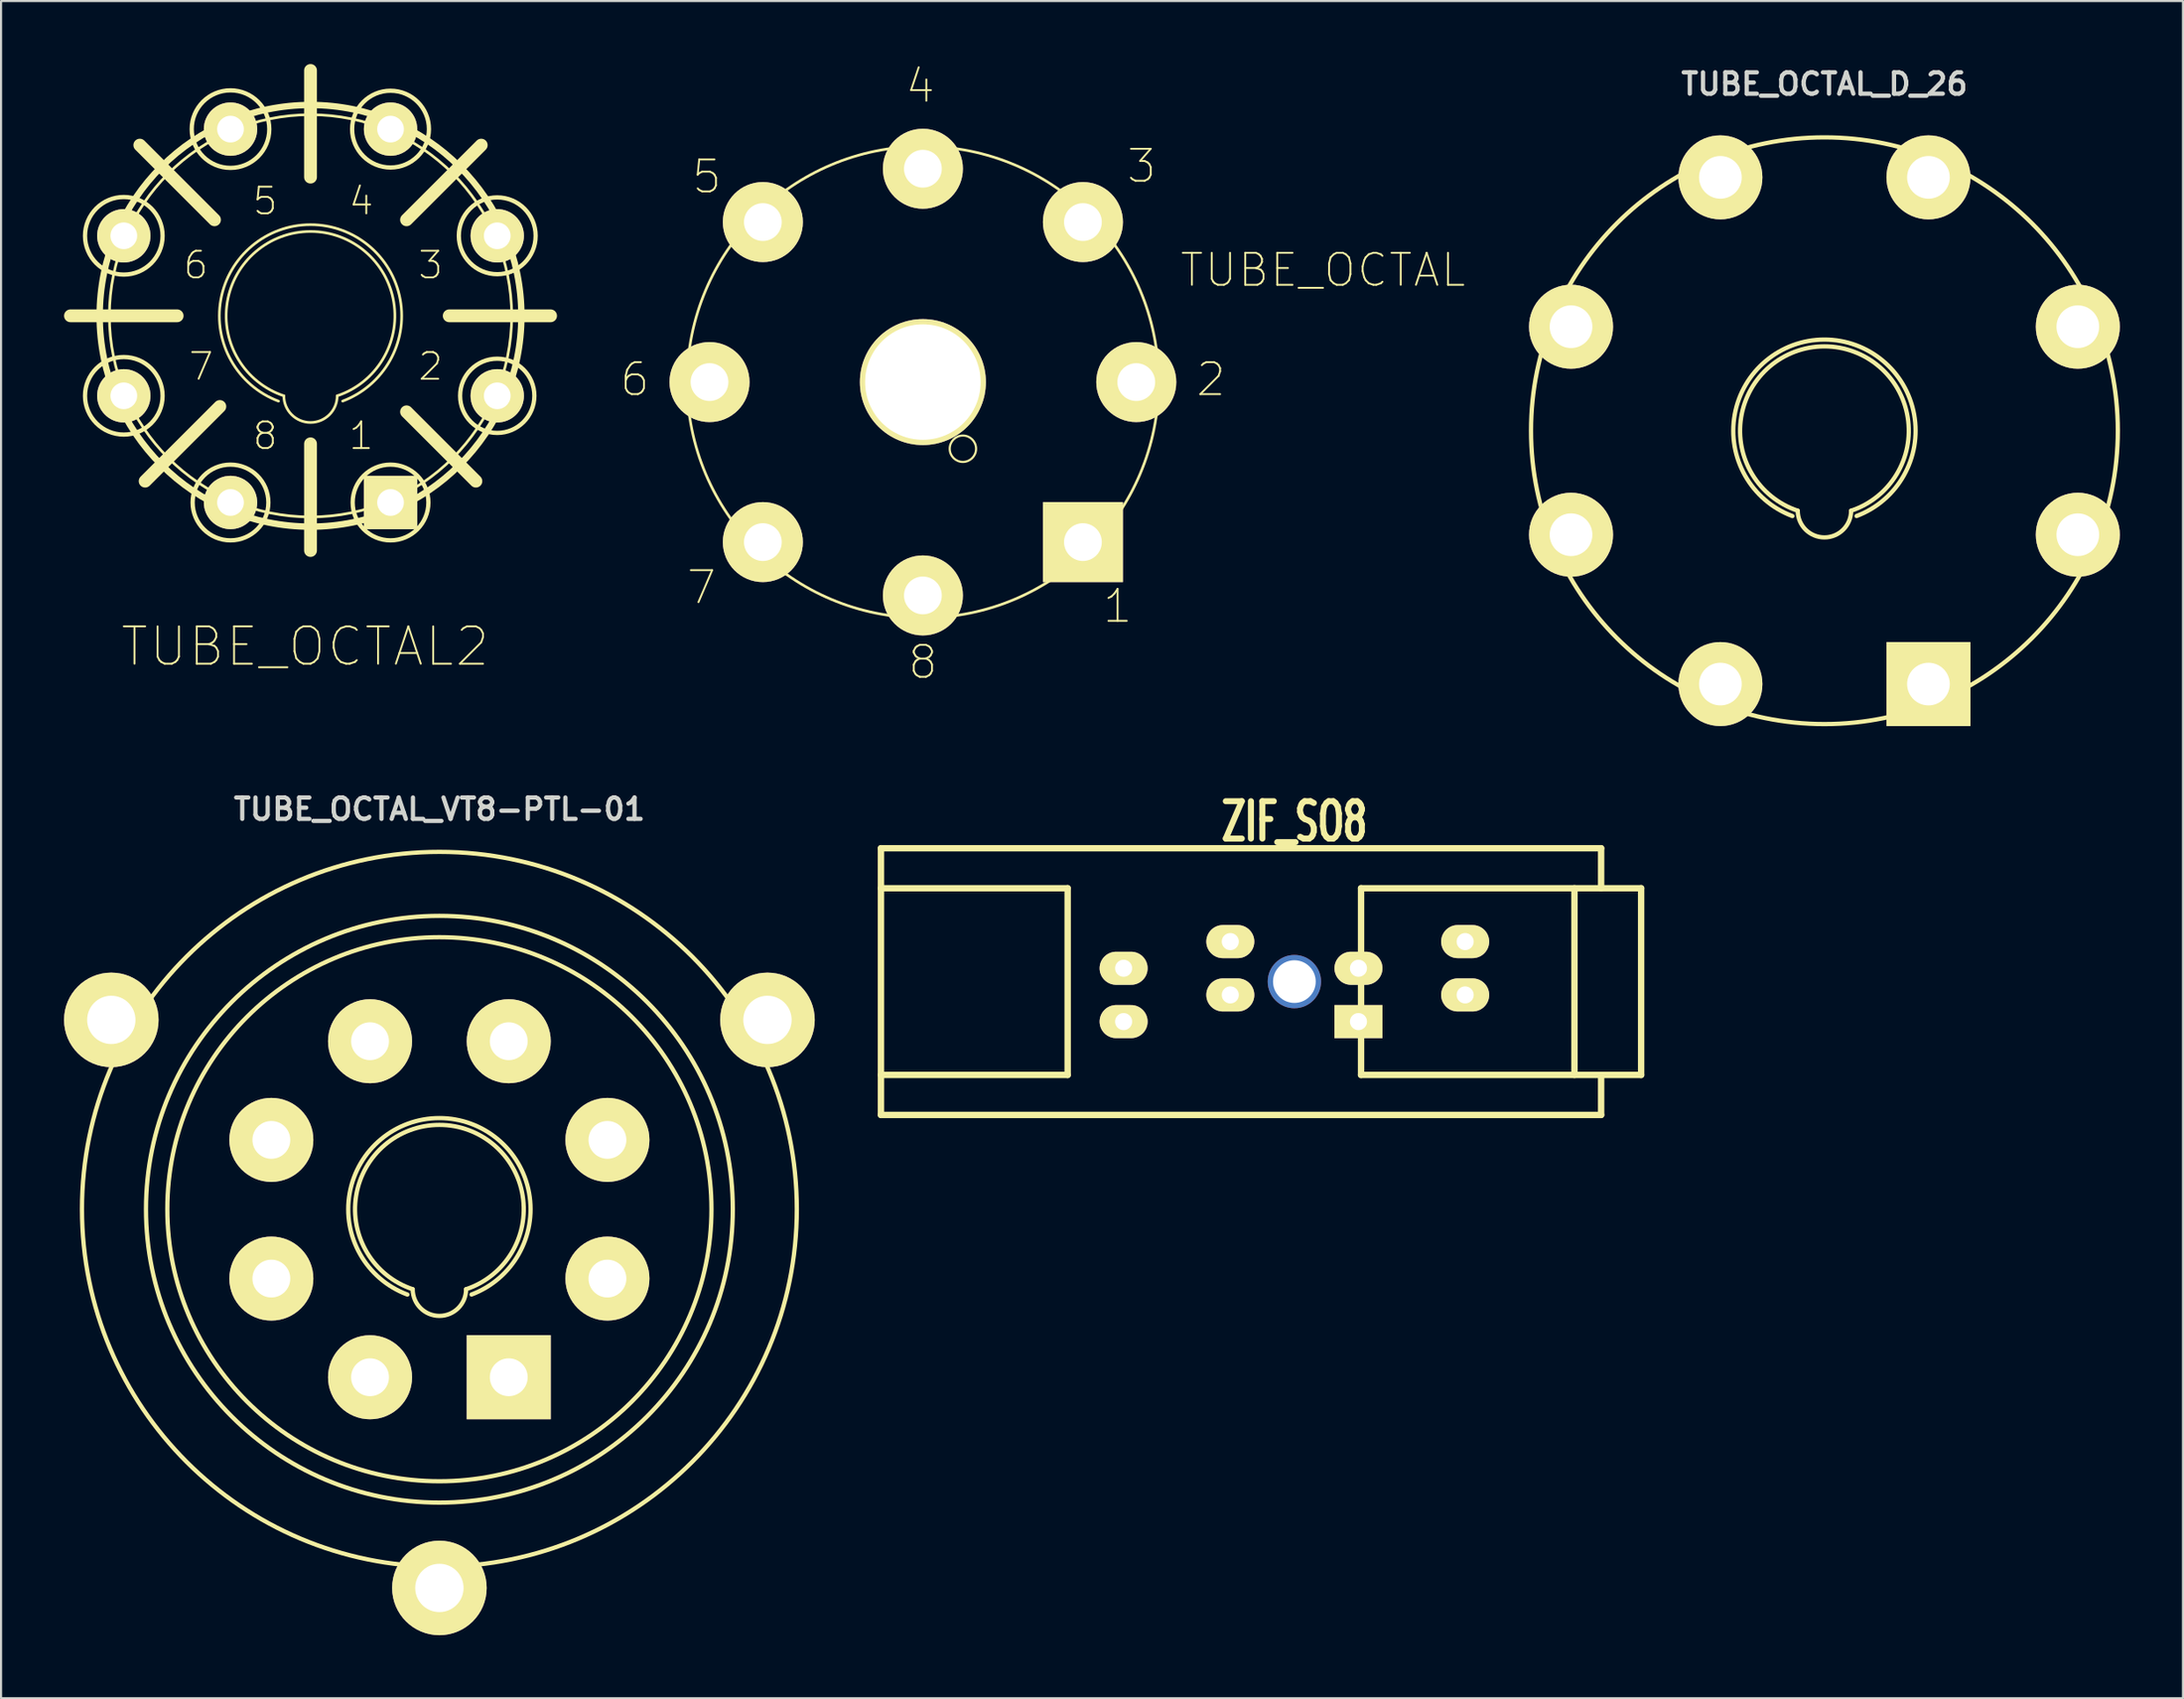
<source format=kicad_pcb>
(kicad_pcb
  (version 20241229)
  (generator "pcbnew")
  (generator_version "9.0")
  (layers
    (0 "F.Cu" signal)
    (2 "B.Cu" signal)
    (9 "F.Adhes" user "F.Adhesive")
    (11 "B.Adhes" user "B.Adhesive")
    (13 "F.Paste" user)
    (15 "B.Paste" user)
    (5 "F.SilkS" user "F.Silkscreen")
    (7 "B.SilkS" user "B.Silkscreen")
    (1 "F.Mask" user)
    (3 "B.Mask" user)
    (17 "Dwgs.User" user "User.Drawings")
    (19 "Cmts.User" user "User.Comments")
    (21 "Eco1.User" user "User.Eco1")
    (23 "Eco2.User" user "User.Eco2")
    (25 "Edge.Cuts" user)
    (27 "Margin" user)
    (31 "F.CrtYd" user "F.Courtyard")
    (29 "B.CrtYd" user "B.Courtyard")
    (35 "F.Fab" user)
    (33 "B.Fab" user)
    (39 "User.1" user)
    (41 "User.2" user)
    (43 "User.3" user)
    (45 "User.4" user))
  (footprint "TUBE_OCTAL"
    (layer "F.Cu")
    (at 40.892 15.145)
    (property "Reference" "TUBE_OCTAL" (at 19.05 -5.334 0) (layer "F.SilkS") (effects (font (size 1.524 1.524) (thickness 0.089))))
    (attr exclude_from_pos_files exclude_from_bom)
    (fp_circle (center 0 0) (end -7.938 7.938) (stroke (width 0.127) (type solid)) (fill no) (layer "F.SilkS"))
    (fp_circle (center 1.905 3.175) (end 2.349 3.619) (stroke (width 0.102) (type solid)) (fill no) (layer "F.SilkS"))
    (fp_text user "8" (at 0 13.335 0) (layer "F.SilkS") (effects (font (size 1.524 1.524) (thickness 0.089))))
    (fp_text user "5" (at -10.287 -9.779 0) (layer "F.SilkS") (effects (font (size 1.524 1.524) (thickness 0.089))))
    (fp_text user "1" (at 9.271 10.668 0) (layer "F.SilkS") (effects (font (size 1.524 1.524) (thickness 0.089))))
    (fp_text user "7" (at -10.541 9.779 0) (layer "F.SilkS") (effects (font (size 1.524 1.524) (thickness 0.089))))
    (fp_text user "3" (at 10.414 -10.287 0) (layer "F.SilkS") (effects (font (size 1.524 1.524) (thickness 0.089))))
    (fp_text user "2" (at 13.716 -0.127 0) (layer "F.SilkS") (effects (font (size 1.524 1.524) (thickness 0.089))))
    (fp_text user "4" (at -0.127 -14.097 0) (layer "F.SilkS") (effects (font (size 1.524 1.524) (thickness 0.089))))
    (fp_text user "6" (at -13.716 -0.127 0) (layer "F.SilkS") (effects (font (size 1.524 1.524) (thickness 0.089))))
    (pad "" thru_hole circle (at 0 0) (size 5.999 5.999) (drill 5.499) (layers "*.Cu" "F.Mask" "F.SilkS" "F.Paste"))
    (pad "1" thru_hole rect (at 7.62 7.62) (size 3.81 3.81) (drill 1.798) (layers "*.Cu" "F.Mask" "F.SilkS" "F.Paste"))
    (pad "2" thru_hole circle (at 10.16 0) (size 3.81 3.81) (drill 1.798) (layers "*.Cu" "F.Mask" "F.SilkS" "F.Paste"))
    (pad "3" thru_hole circle (at 7.62 -7.62) (size 3.81 3.81) (drill 1.798) (layers "*.Cu" "F.Mask" "F.SilkS" "F.Paste"))
    (pad "4" thru_hole circle (at 0 -10.16) (size 3.81 3.81) (drill 1.798) (layers "*.Cu" "F.Mask" "F.SilkS" "F.Paste"))
    (pad "5" thru_hole circle (at -7.62 -7.62) (size 3.81 3.81) (drill 1.798) (layers "*.Cu" "F.Mask" "F.SilkS" "F.Paste"))
    (pad "6" thru_hole circle (at -10.16 0) (size 3.81 3.81) (drill 1.798) (layers "*.Cu" "F.Mask" "F.SilkS" "F.Paste"))
    (pad "7" thru_hole circle (at -7.62 7.62) (size 3.81 3.81) (drill 1.798) (layers "*.Cu" "F.Mask" "F.SilkS" "F.Paste"))
    (pad "8" thru_hole circle (at 0 10.16) (size 3.81 3.81) (drill 1.798) (layers "*.Cu" "F.Mask" "F.SilkS" "F.Paste")))
  (footprint "ZIF_SO8"
    (layer "F.Cu")
    (at 58.58 43.694)
    (property "Reference" "ZIF_SO8" (at 0 -7.62 0) (layer "F.SilkS") (effects (font (size 1.778 1.143) (thickness 0.287))))
    (attr through_hole)
    (fp_line (start -19.685 -6.35) (end -19.685 6.35) (stroke (width 0.305) (type solid)) (layer "F.SilkS"))
    (fp_line (start -19.685 -6.35) (end 14.605 -6.35) (stroke (width 0.305) (type solid)) (layer "F.SilkS"))
    (fp_line (start -19.685 4.445) (end -10.795 4.445) (stroke (width 0.305) (type solid)) (layer "F.SilkS"))
    (fp_line (start -10.795 -4.445) (end -19.685 -4.445) (stroke (width 0.305) (type solid)) (layer "F.SilkS"))
    (fp_line (start -10.795 4.445) (end -10.795 -4.445) (stroke (width 0.305) (type solid)) (layer "F.SilkS"))
    (fp_line (start 3.175 -4.445) (end 3.175 4.445) (stroke (width 0.305) (type solid)) (layer "F.SilkS"))
    (fp_line (start 3.175 4.445) (end 16.51 4.445) (stroke (width 0.305) (type solid)) (layer "F.SilkS"))
    (fp_line (start 13.335 4.445) (end 13.335 -4.445) (stroke (width 0.305) (type solid)) (layer "F.SilkS"))
    (fp_line (start 14.605 -6.35) (end 14.605 -4.445) (stroke (width 0.305) (type solid)) (layer "F.SilkS"))
    (fp_line (start 14.605 6.35) (end -19.685 6.35) (stroke (width 0.305) (type solid)) (layer "F.SilkS"))
    (fp_line (start 14.605 6.35) (end 14.605 4.445) (stroke (width 0.305) (type solid)) (layer "F.SilkS"))
    (fp_line (start 16.51 -4.445) (end 3.175 -4.445) (stroke (width 0.305) (type solid)) (layer "F.SilkS"))
    (fp_line (start 16.51 4.445) (end 16.51 -4.445) (stroke (width 0.305) (type solid)) (layer "F.SilkS"))
    (pad "" thru_hole circle (at 0 0) (size 2.54 2.54) (drill 2.032) (layers "*.Cu"))
    (pad "1" thru_hole oval (at -3.051 -1.905) (size 2.286 1.575) (drill 0.813) (layers "*.Cu" "*.Mask" "F.SilkS"))
    (pad "2" thru_hole oval (at -8.131 -0.635) (size 2.286 1.575) (drill 0.813) (layers "*.Cu" "*.Mask" "F.SilkS"))
    (pad "3" thru_hole oval (at -3.051 0.635) (size 2.286 1.575) (drill 0.813) (layers "*.Cu" "*.Mask" "F.SilkS"))
    (pad "4" thru_hole oval (at -8.131 1.905) (size 2.286 1.575) (drill 0.813) (layers "*.Cu" "*.Mask" "F.SilkS"))
    (pad "5" thru_hole rect (at 3.051 1.905) (size 2.286 1.575) (drill 0.813) (layers "*.Cu" "*.Mask" "F.SilkS"))
    (pad "6" thru_hole oval (at 8.131 0.635) (size 2.286 1.575) (drill 0.813) (layers "*.Cu" "*.Mask" "F.SilkS"))
    (pad "7" thru_hole oval (at 3.051 -0.635) (size 2.286 1.575) (drill 0.813) (layers "*.Cu" "*.Mask" "F.SilkS"))
    (pad "8" thru_hole oval (at 8.131 -1.905) (size 2.286 1.575) (drill 0.813) (layers "*.Cu" "*.Mask" "F.SilkS")))
  (footprint "TUBE_OCTAL_VT8-PTL-01"
    (layer "F.Cu")
    (at 17.871 54.534)
    (property "Reference" "TUBE_OCTAL_VT8-PTL-01" (at 0 -19.05 0) (layer "Edge.Cuts") (effects (font (size 1.016 1.016) (thickness 0.203))))
    (attr exclude_from_pos_files exclude_from_bom)
    (fp_arc (start -1.524 4.064) (mid -0.00333 -4.340353) (end 1.530234 4.061657) (stroke (width 0.2032) (type solid)) (layer "F.SilkS"))
    (fp_arc (start -1.27 3.81) (mid -0.001055 -4.016092) (end 1.272002 3.809332) (stroke (width 0.2032) (type solid)) (layer "F.SilkS"))
    (fp_arc (start 1.27 3.81) (mid 0 5.08) (end -1.27 3.81) (stroke (width 0.2032) (type solid)) (layer "F.SilkS"))
    (fp_circle (center 0 0) (end 12.954 0) (stroke (width 0.203) (type solid)) (fill no) (layer "F.SilkS"))
    (fp_circle (center 0 0) (end 13.97 0) (stroke (width 0.203) (type solid)) (fill no) (layer "F.SilkS"))
    (fp_circle (center 0 0) (end 17.018 0) (stroke (width 0.203) (type solid)) (fill no) (layer "F.SilkS"))
    (fp_text user "1" (at 2.413 5.715 0) (layer "Edge.Cuts") (effects (font (size 1.016 1.016) (thickness 0.203))))
    (fp_text user "3" (at 5.715 -2.413 0) (layer "Edge.Cuts") (effects (font (size 1.016 1.016) (thickness 0.203))))
    (fp_text user "4" (at 2.413 -5.461 0) (layer "Edge.Cuts") (effects (font (size 1.016 1.016) (thickness 0.203))))
    (fp_text user "8" (at -2.159 5.715 0) (layer "Edge.Cuts") (effects (font (size 1.016 1.016) (thickness 0.203))))
    (fp_text user "7" (at -5.207 2.413 0) (layer "Edge.Cuts") (effects (font (size 1.016 1.016) (thickness 0.203))))
    (fp_text user "2" (at 5.715 2.413 0) (layer "Edge.Cuts") (effects (font (size 1.016 1.016) (thickness 0.203))))
    (fp_text user "5" (at -2.159 -5.461 0) (layer "Edge.Cuts") (effects (font (size 1.016 1.016) (thickness 0.203))))
    (fp_text user "6" (at -5.461 -2.413 0) (layer "Edge.Cuts") (effects (font (size 1.016 1.016) (thickness 0.203))))
    (pad "" thru_hole circle (at -15.621 -9.017) (size 4.501 4.501) (drill 2.301) (layers "*.Cu" "F.Mask" "F.SilkS" "F.Paste"))
    (pad "" thru_hole circle (at 0 18.034) (size 4.501 4.501) (drill 2.301) (layers "*.Cu" "F.Mask" "F.SilkS" "F.Paste"))
    (pad "" thru_hole circle (at 15.621 -9.017) (size 4.501 4.501) (drill 2.301) (layers "*.Cu" "F.Mask" "F.SilkS" "F.Paste"))
    (pad "1" thru_hole rect (at 3.302 8.001) (size 4 4) (drill 1.801) (layers "*.Cu" "*.Mask" "F.SilkS"))
    (pad "2" thru_hole circle (at 8.001 3.302) (size 4 4) (drill 1.801) (layers "*.Cu" "*.Mask" "F.SilkS"))
    (pad "3" thru_hole circle (at 8.001 -3.302) (size 4 4) (drill 1.801) (layers "*.Cu" "*.Mask" "F.SilkS"))
    (pad "4" thru_hole circle (at 3.302 -8.001) (size 4 4) (drill 1.801) (layers "*.Cu" "*.Mask" "F.SilkS"))
    (pad "5" thru_hole circle (at -3.302 -8.001) (size 4 4) (drill 1.801) (layers "*.Cu" "*.Mask" "F.SilkS"))
    (pad "6" thru_hole circle (at -8.001 -3.302) (size 4 4) (drill 1.801) (layers "*.Cu" "*.Mask" "F.SilkS"))
    (pad "7" thru_hole circle (at -8.001 3.302) (size 4 4) (drill 1.801) (layers "*.Cu" "*.Mask" "F.SilkS"))
    (pad "8" thru_hole circle (at -3.302 8.001) (size 4 4) (drill 1.801) (layers "*.Cu" "*.Mask" "F.SilkS")))
  (footprint "TUBE_OCTAL2"
    (layer "F.Cu")
    (at 11.735 11.989)
    (property "Reference" "TUBE_OCTAL2" (at -0.254 15.748 0) (layer "F.SilkS") (effects (font (size 1.778 1.778) (thickness 0.089))))
    (attr exclude_from_pos_files exclude_from_bom)
    (fp_line (start -11.43 0) (end -6.35 0) (stroke (width 0.61) (type solid)) (layer "F.SilkS"))
    (fp_line (start -4.572 -4.572) (end -8.128 -8.128) (stroke (width 0.61) (type solid)) (layer "F.SilkS"))
    (fp_line (start -4.318 4.318) (end -7.874 7.874) (stroke (width 0.61) (type solid)) (layer "F.SilkS"))
    (fp_line (start 0 -11.684) (end 0 -6.604) (stroke (width 0.61) (type solid)) (layer "F.SilkS"))
    (fp_line (start 0 6.096) (end 0 11.176) (stroke (width 0.61) (type solid)) (layer "F.SilkS"))
    (fp_line (start 4.572 -4.572) (end 8.128 -8.128) (stroke (width 0.61) (type solid)) (layer "F.SilkS"))
    (fp_line (start 4.572 4.572) (end 7.874 7.874) (stroke (width 0.61) (type solid)) (layer "F.SilkS"))
    (fp_line (start 6.604 0) (end 11.43 0) (stroke (width 0.61) (type solid)) (layer "F.SilkS"))
    (fp_arc (start -1.524 4.064) (mid -0.00333 -4.340353) (end 1.530234 4.061657) (stroke (width 0.127) (type solid)) (layer "F.SilkS"))
    (fp_arc (start -1.27 3.81) (mid -0.001055 -4.016092) (end 1.272002 3.809332) (stroke (width 0.127) (type solid)) (layer "F.SilkS"))
    (fp_arc (start 1.27 3.81) (mid 0 5.08) (end -1.27 3.81) (stroke (width 0.127) (type solid)) (layer "F.SilkS"))
    (fp_circle (center -8.89 -3.81) (end -10.196 -5.116) (stroke (width 0.203) (type solid)) (fill no) (layer "F.SilkS"))
    (fp_circle (center -8.89 -3.81) (end -9.682 -4.602) (stroke (width 0.064) (type solid)) (fill no) (layer "F.SilkS"))
    (fp_circle (center -8.89 3.81) (end -10.196 5.116) (stroke (width 0.203) (type solid)) (fill no) (layer "F.SilkS"))
    (fp_circle (center -8.89 3.81) (end -9.682 4.602) (stroke (width 0.064) (type solid)) (fill no) (layer "F.SilkS"))
    (fp_circle (center -3.81 -8.89) (end -5.116 -10.196) (stroke (width 0.203) (type solid)) (fill no) (layer "F.SilkS"))
    (fp_circle (center -3.81 -8.89) (end -4.602 -9.682) (stroke (width 0.064) (type solid)) (fill no) (layer "F.SilkS"))
    (fp_circle (center -3.81 8.89) (end -5.085 10.165) (stroke (width 0.203) (type solid)) (fill no) (layer "F.SilkS"))
    (fp_circle (center -3.81 8.89) (end -4.602 9.682) (stroke (width 0.064) (type solid)) (fill no) (layer "F.SilkS"))
    (fp_circle (center 0 0) (end -7.099 7.099) (stroke (width 0.305) (type solid)) (fill no) (layer "F.SilkS"))
    (fp_circle (center 0 0) (end -6.772 6.772) (stroke (width 0.127) (type solid)) (fill no) (layer "F.SilkS"))
    (fp_circle (center 3.81 -8.89) (end 4.602 -9.682) (stroke (width 0.064) (type solid)) (fill no) (layer "F.SilkS"))
    (fp_circle (center 3.81 -8.89) (end 5.103 -10.183) (stroke (width 0.203) (type solid)) (fill no) (layer "F.SilkS"))
    (fp_circle (center 3.81 8.89) (end 4.602 9.682) (stroke (width 0.064) (type solid)) (fill no) (layer "F.SilkS"))
    (fp_circle (center 3.81 8.89) (end 5.085 10.165) (stroke (width 0.203) (type solid)) (fill no) (layer "F.SilkS"))
    (fp_circle (center 8.89 -3.81) (end 9.682 -4.602) (stroke (width 0.064) (type solid)) (fill no) (layer "F.SilkS"))
    (fp_circle (center 8.89 -3.81) (end 10.183 -5.103) (stroke (width 0.203) (type solid)) (fill no) (layer "F.SilkS"))
    (fp_circle (center 8.89 3.81) (end 9.682 4.602) (stroke (width 0.064) (type solid)) (fill no) (layer "F.SilkS"))
    (fp_circle (center 8.89 3.81) (end 10.14 5.06) (stroke (width 0.203) (type solid)) (fill no) (layer "F.SilkS"))
    (fp_text user "3" (at 5.715 -2.413 0) (layer "F.SilkS") (effects (font (size 1.27 1.27) (thickness 0.089))))
    (fp_text user "1" (at 2.413 5.715 0) (layer "F.SilkS") (effects (font (size 1.27 1.27) (thickness 0.089))))
    (fp_text user "4" (at 2.413 -5.461 0) (layer "F.SilkS") (effects (font (size 1.27 1.27) (thickness 0.089))))
    (fp_text user "2" (at 5.715 2.413 0) (layer "F.SilkS") (effects (font (size 1.27 1.27) (thickness 0.089))))
    (fp_text user "8" (at -2.159 5.715 0) (layer "F.SilkS") (effects (font (size 1.27 1.27) (thickness 0.089))))
    (fp_text user "7" (at -5.207 2.413 0) (layer "F.SilkS") (effects (font (size 1.27 1.27) (thickness 0.089))))
    (fp_text user "5" (at -2.159 -5.461 0) (layer "F.SilkS") (effects (font (size 1.27 1.27) (thickness 0.089))))
    (fp_text user "6" (at -5.461 -2.413 0) (layer "F.SilkS") (effects (font (size 1.27 1.27) (thickness 0.089))))
    (pad "1" thru_hole rect (at 3.81 8.89) (size 2.54 2.54) (drill 1.27) (layers "*.Cu" "F.Mask" "F.SilkS" "F.Paste"))
    (pad "2" thru_hole circle (at 8.89 3.81) (size 2.54 2.54) (drill 1.27) (layers "*.Cu" "F.Mask" "F.SilkS" "F.Paste"))
    (pad "3" thru_hole circle (at 8.89 -3.81) (size 2.54 2.54) (drill 1.27) (layers "*.Cu" "F.Mask" "F.SilkS" "F.Paste"))
    (pad "4" thru_hole circle (at 3.81 -8.89) (size 2.54 2.54) (drill 1.27) (layers "*.Cu" "F.Mask" "F.SilkS" "F.Paste"))
    (pad "5" thru_hole circle (at -3.81 -8.89) (size 2.54 2.54) (drill 1.27) (layers "*.Cu" "F.Mask" "F.SilkS" "F.Paste"))
    (pad "6" thru_hole circle (at -8.89 -3.81) (size 2.54 2.54) (drill 1.27) (layers "*.Cu" "F.Mask" "F.SilkS" "F.Paste"))
    (pad "7" thru_hole circle (at -8.89 3.81) (size 2.54 2.54) (drill 1.27) (layers "*.Cu" "F.Mask" "F.SilkS" "F.Paste"))
    (pad "8" thru_hole circle (at -3.81 8.89) (size 2.54 2.54) (drill 1.27) (layers "*.Cu" "F.Mask" "F.SilkS" "F.Paste")))
  (footprint "TUBE_OCTAL_D_26"
    (layer "F.Cu")
    (at 83.817 17.461)
    (property "Reference" "TUBE_OCTAL_D_26" (at 0 -16.51 0) (layer "Edge.Cuts") (effects (font (size 1.016 1.016) (thickness 0.203))))
    (attr exclude_from_pos_files exclude_from_bom)
    (fp_arc (start -1.524 4.064) (mid -0.00333 -4.340353) (end 1.530234 4.061657) (stroke (width 0.2032) (type solid)) (layer "F.SilkS"))
    (fp_arc (start -1.27 3.81) (mid -0.001055 -4.016092) (end 1.272002 3.809332) (stroke (width 0.2032) (type solid)) (layer "F.SilkS"))
    (fp_arc (start 1.27 3.81) (mid 0 5.08) (end -1.27 3.81) (stroke (width 0.2032) (type solid)) (layer "F.SilkS"))
    (fp_circle (center 0 0) (end 13.97 0) (stroke (width 0.203) (type solid)) (fill no) (layer "F.SilkS"))
    (fp_text user "8" (at -2.159 5.715 0) (layer "Edge.Cuts") (effects (font (size 1.016 1.016) (thickness 0.203))))
    (fp_text user "1" (at 2.413 5.715 0) (layer "Edge.Cuts") (effects (font (size 1.016 1.016) (thickness 0.203))))
    (fp_text user "3" (at 5.715 -2.413 0) (layer "Edge.Cuts") (effects (font (size 1.016 1.016) (thickness 0.203))))
    (fp_text user "7" (at -5.207 2.413 0) (layer "Edge.Cuts") (effects (font (size 1.016 1.016) (thickness 0.203))))
    (fp_text user "4" (at 2.413 -5.461 0) (layer "Edge.Cuts") (effects (font (size 1.016 1.016) (thickness 0.203))))
    (fp_text user "5" (at -2.159 -5.461 0) (layer "Edge.Cuts") (effects (font (size 1.016 1.016) (thickness 0.203))))
    (fp_text user "6" (at -5.461 -2.413 0) (layer "Edge.Cuts") (effects (font (size 1.016 1.016) (thickness 0.203))))
    (fp_text user "2" (at 5.715 2.413 0) (layer "Edge.Cuts") (effects (font (size 1.016 1.016) (thickness 0.203))))
    (pad "1" thru_hole rect (at 4.953 12.065) (size 4 4) (drill 2.032) (layers "*.Cu" "*.Mask" "F.SilkS"))
    (pad "2" thru_hole circle (at 12.065 4.953) (size 4 4) (drill 2.032) (layers "*.Cu" "*.Mask" "F.SilkS"))
    (pad "3" thru_hole circle (at 12.065 -4.953) (size 4 4) (drill 2.032) (layers "*.Cu" "*.Mask" "F.SilkS"))
    (pad "4" thru_hole circle (at 4.953 -12.065) (size 4 4) (drill 2.032) (layers "*.Cu" "*.Mask" "F.SilkS"))
    (pad "5" thru_hole circle (at -4.953 -12.065) (size 4 4) (drill 2.032) (layers "*.Cu" "*.Mask" "F.SilkS"))
    (pad "6" thru_hole circle (at -12.065 -4.953) (size 4 4) (drill 2.032) (layers "*.Cu" "*.Mask" "F.SilkS"))
    (pad "7" thru_hole circle (at -12.065 4.953) (size 4 4) (drill 2.032) (layers "*.Cu" "*.Mask" "F.SilkS"))
    (pad "8" thru_hole circle (at -4.953 12.065) (size 4 4) (drill 2.032) (layers "*.Cu" "*.Mask" "F.SilkS")))
  (gr_rect
    (start -3 -3)
    (end 100.888 77.818)
    (stroke (width 0.1) (type default))
    (fill no)
    (layer "Edge.Cuts")))
</source>
